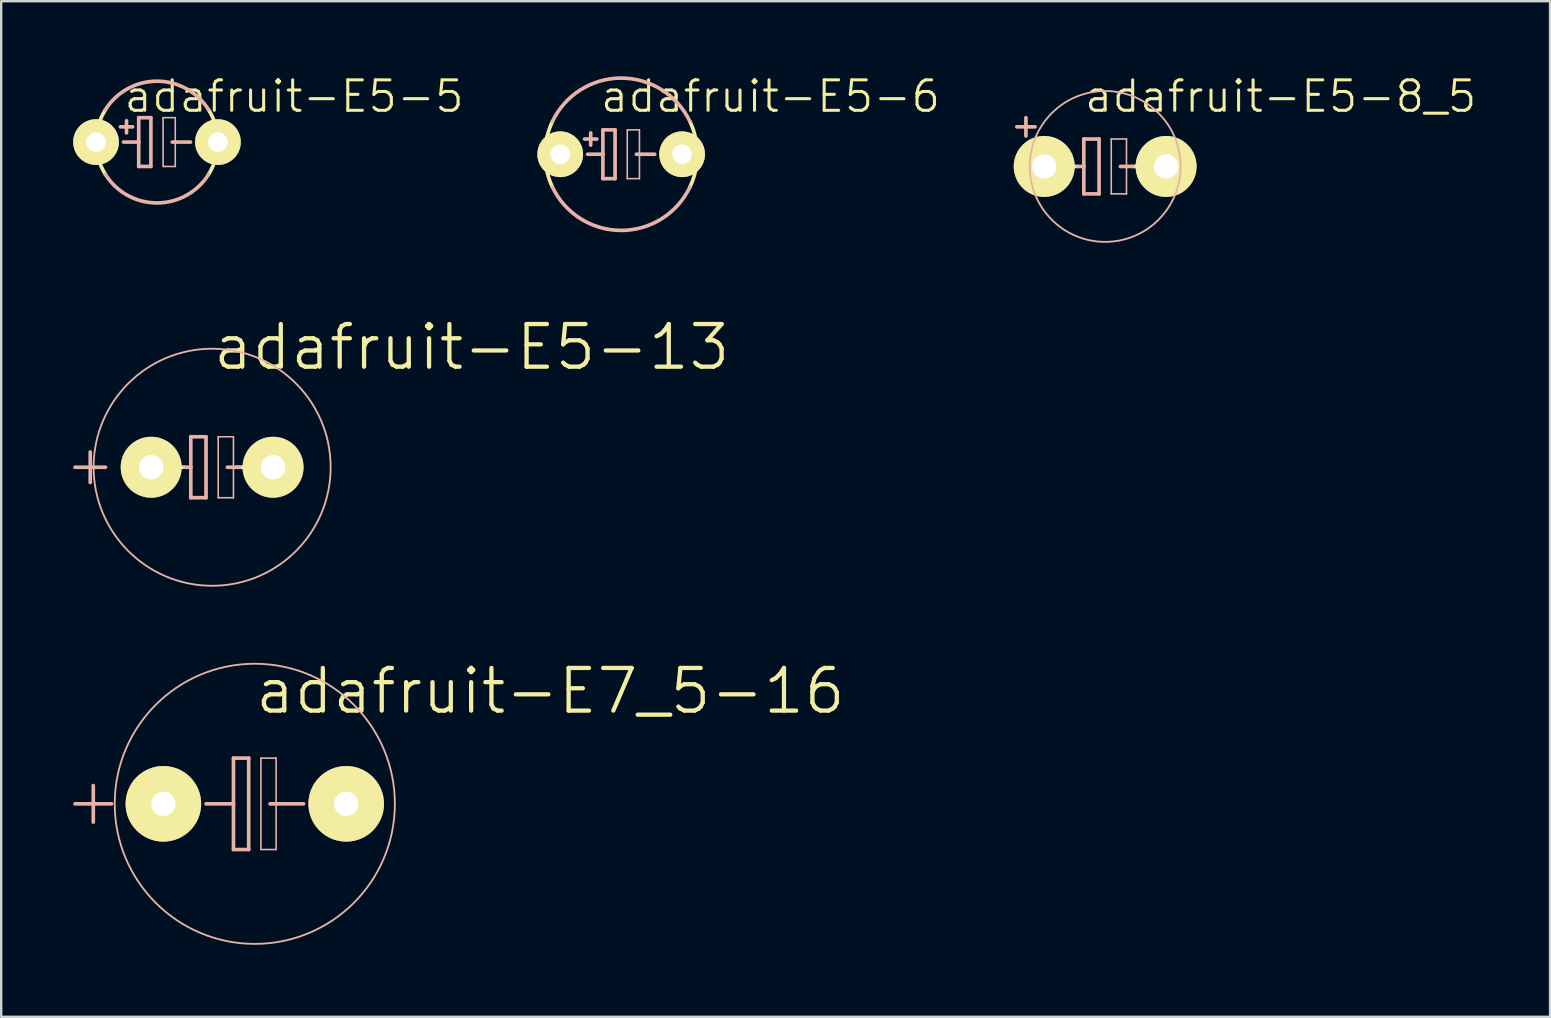
<source format=kicad_pcb>
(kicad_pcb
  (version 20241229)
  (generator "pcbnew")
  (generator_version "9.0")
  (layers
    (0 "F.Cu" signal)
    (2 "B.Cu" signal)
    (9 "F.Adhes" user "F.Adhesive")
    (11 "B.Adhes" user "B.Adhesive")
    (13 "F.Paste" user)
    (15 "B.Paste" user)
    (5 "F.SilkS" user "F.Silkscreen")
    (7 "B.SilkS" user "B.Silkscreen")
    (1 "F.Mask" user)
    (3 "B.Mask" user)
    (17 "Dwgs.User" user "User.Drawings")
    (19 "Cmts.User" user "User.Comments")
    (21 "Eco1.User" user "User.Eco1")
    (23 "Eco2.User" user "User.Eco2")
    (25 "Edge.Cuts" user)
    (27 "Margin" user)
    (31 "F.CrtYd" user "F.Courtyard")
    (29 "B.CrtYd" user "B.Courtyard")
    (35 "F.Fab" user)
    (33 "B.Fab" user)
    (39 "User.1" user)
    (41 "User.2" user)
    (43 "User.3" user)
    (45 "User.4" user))
  (footprint "adafruit-E5-8_5"
    (layer "F.Cu")
    (at 43.011 3.887)
    (property "Reference" "adafruit-E5-8_5" (at 7.315 -2.921 0) (layer "F.SilkS") (effects (font (size 1.27 1.27) (thickness 0.127))))
    (attr exclude_from_pos_files exclude_from_bom)
    (fp_line (start -1.651 0) (end -1.143 0) (stroke (width 0.152) (type solid)) (layer "F.SilkS"))
    (fp_line (start 1.143 0) (end 1.651 0) (stroke (width 0.152) (type solid)) (layer "F.SilkS"))
    (fp_line (start -3.683 -1.651) (end -2.921 -1.651) (stroke (width 0.152) (type solid)) (layer "B.SilkS"))
    (fp_line (start -3.302 -2.032) (end -3.302 -1.27) (stroke (width 0.152) (type solid)) (layer "B.SilkS"))
    (fp_line (start -1.143 0) (end -0.889 0) (stroke (width 0.152) (type solid)) (layer "B.SilkS"))
    (fp_line (start -0.889 -1.143) (end -0.889 0) (stroke (width 0.152) (type solid)) (layer "B.SilkS"))
    (fp_line (start -0.889 0) (end -0.889 1.143) (stroke (width 0.152) (type solid)) (layer "B.SilkS"))
    (fp_line (start -0.889 1.143) (end -0.254 1.143) (stroke (width 0.152) (type solid)) (layer "B.SilkS"))
    (fp_line (start -0.254 -1.143) (end -0.889 -1.143) (stroke (width 0.152) (type solid)) (layer "B.SilkS"))
    (fp_line (start -0.254 1.143) (end -0.254 -1.143) (stroke (width 0.152) (type solid)) (layer "B.SilkS"))
    (fp_line (start 0.254 -1.143) (end 0.889 -1.143) (stroke (width 0.066) (type solid)) (layer "B.SilkS"))
    (fp_line (start 0.254 1.143) (end 0.254 -1.143) (stroke (width 0.066) (type solid)) (layer "B.SilkS"))
    (fp_line (start 0.254 1.143) (end 0.889 1.143) (stroke (width 0.066) (type solid)) (layer "B.SilkS"))
    (fp_line (start 0.635 0) (end 1.143 0) (stroke (width 0.152) (type solid)) (layer "B.SilkS"))
    (fp_line (start 0.889 1.143) (end 0.889 -1.143) (stroke (width 0.066) (type solid)) (layer "B.SilkS"))
    (fp_circle (center 0 0) (end -2.223 2.223) (stroke (width 0.076) (type solid)) (fill no) (layer "B.SilkS"))
    (pad "+" thru_hole circle (at -2.54 0) (size 2.54 2.54) (drill 1.016) (layers "*.Cu" "F.Mask" "F.SilkS" "F.Paste"))
    (pad "-" thru_hole circle (at 2.54 0) (size 2.54 2.54) (drill 1.016) (layers "*.Cu" "F.Mask" "F.SilkS" "F.Paste")))
  (footprint "adafruit-E5-6"
    (layer "F.Cu")
    (at 22.839 3.379)
    (property "Reference" "adafruit-E5-6" (at 6.223 -2.413 0) (layer "F.SilkS") (effects (font (size 1.27 1.27) (thickness 0.127))))
    (attr exclude_from_pos_files exclude_from_bom)
    (fp_arc (start -2.8702 1.35636) (mid -3.174549 -0.000341) (end -2.869908 -1.356977) (stroke (width 0.1524) (type solid)) (layer "F.SilkS"))
    (fp_arc (start 2.8702 -1.35636) (mid 3.174549 0.000341) (end 2.869908 1.356977) (stroke (width 0.1524) (type solid)) (layer "F.SilkS"))
    (fp_line (start -1.524 -0.635) (end -1.016 -0.635) (stroke (width 0.152) (type solid)) (layer "B.SilkS"))
    (fp_line (start -1.397 0) (end -0.762 0) (stroke (width 0.152) (type solid)) (layer "B.SilkS"))
    (fp_line (start -1.27 -0.381) (end -1.27 -0.889) (stroke (width 0.152) (type solid)) (layer "B.SilkS"))
    (fp_line (start -0.762 -1.016) (end -0.762 0) (stroke (width 0.152) (type solid)) (layer "B.SilkS"))
    (fp_line (start -0.762 0) (end -0.762 1.016) (stroke (width 0.152) (type solid)) (layer "B.SilkS"))
    (fp_line (start -0.762 1.016) (end -0.254 1.016) (stroke (width 0.152) (type solid)) (layer "B.SilkS"))
    (fp_line (start -0.254 -1.016) (end -0.762 -1.016) (stroke (width 0.152) (type solid)) (layer "B.SilkS"))
    (fp_line (start -0.254 1.016) (end -0.254 -1.016) (stroke (width 0.152) (type solid)) (layer "B.SilkS"))
    (fp_line (start 0.254 -1.016) (end 0.762 -1.016) (stroke (width 0.066) (type solid)) (layer "B.SilkS"))
    (fp_line (start 0.254 1.016) (end 0.254 -1.016) (stroke (width 0.066) (type solid)) (layer "B.SilkS"))
    (fp_line (start 0.254 1.016) (end 0.762 1.016) (stroke (width 0.066) (type solid)) (layer "B.SilkS"))
    (fp_line (start 0.635 0) (end 1.397 0) (stroke (width 0.152) (type solid)) (layer "B.SilkS"))
    (fp_line (start 0.762 1.016) (end 0.762 -1.016) (stroke (width 0.066) (type solid)) (layer "B.SilkS"))
    (fp_arc (start -2.8702 -1.35636) (mid -0.003112 -3.174547) (end 2.867536 -1.361984) (stroke (width 0.1524) (type solid)) (layer "B.SilkS"))
    (fp_arc (start 2.8702 1.35636) (mid 0.003112 3.174547) (end -2.867536 1.361984) (stroke (width 0.1524) (type solid)) (layer "B.SilkS"))
    (pad "+" thru_hole circle (at -2.54 0) (size 1.905 1.905) (drill 0.813) (layers "*.Cu" "F.Mask" "F.SilkS" "F.Paste"))
    (pad "-" thru_hole circle (at 2.54 0) (size 1.905 1.905) (drill 0.813) (layers "*.Cu" "F.Mask" "F.SilkS" "F.Paste")))
  (footprint "adafruit-E5-13"
    (layer "F.Cu")
    (at 5.791 16.424)
    (property "Reference" "adafruit-E5-13" (at 10.82 -5.004 0) (layer "F.SilkS") (effects (font (size 1.778 1.778) (thickness 0.178))))
    (attr exclude_from_pos_files exclude_from_bom)
    (fp_line (start -1.651 0) (end -1.143 0) (stroke (width 0.152) (type solid)) (layer "F.SilkS"))
    (fp_line (start 1.016 0) (end 1.524 0) (stroke (width 0.152) (type solid)) (layer "F.SilkS"))
    (fp_line (start -5.715 0) (end -4.445 0) (stroke (width 0.152) (type solid)) (layer "B.SilkS"))
    (fp_line (start -5.08 0.635) (end -5.08 -0.635) (stroke (width 0.152) (type solid)) (layer "B.SilkS"))
    (fp_line (start -1.143 0) (end -0.889 0) (stroke (width 0.152) (type solid)) (layer "B.SilkS"))
    (fp_line (start -0.889 -1.27) (end -0.889 0) (stroke (width 0.152) (type solid)) (layer "B.SilkS"))
    (fp_line (start -0.889 0) (end -0.889 1.27) (stroke (width 0.152) (type solid)) (layer "B.SilkS"))
    (fp_line (start -0.889 1.27) (end -0.254 1.27) (stroke (width 0.152) (type solid)) (layer "B.SilkS"))
    (fp_line (start -0.254 -1.27) (end -0.889 -1.27) (stroke (width 0.152) (type solid)) (layer "B.SilkS"))
    (fp_line (start -0.254 1.27) (end -0.254 -1.27) (stroke (width 0.152) (type solid)) (layer "B.SilkS"))
    (fp_line (start 0.254 -1.27) (end 0.889 -1.27) (stroke (width 0.066) (type solid)) (layer "B.SilkS"))
    (fp_line (start 0.254 1.27) (end 0.254 -1.27) (stroke (width 0.066) (type solid)) (layer "B.SilkS"))
    (fp_line (start 0.254 1.27) (end 0.889 1.27) (stroke (width 0.066) (type solid)) (layer "B.SilkS"))
    (fp_line (start 0.635 0) (end 1.143 0) (stroke (width 0.152) (type solid)) (layer "B.SilkS"))
    (fp_line (start 0.889 1.27) (end 0.889 -1.27) (stroke (width 0.066) (type solid)) (layer "B.SilkS"))
    (fp_circle (center 0 0) (end -3.493 3.493) (stroke (width 0.076) (type solid)) (fill no) (layer "B.SilkS"))
    (pad "+" thru_hole circle (at -2.54 0) (size 2.54 2.54) (drill 1.016) (layers "*.Cu" "F.Mask" "F.SilkS" "F.Paste"))
    (pad "-" thru_hole circle (at 2.54 0) (size 2.54 2.54) (drill 1.016) (layers "*.Cu" "F.Mask" "F.SilkS" "F.Paste")))
  (footprint "adafruit-E7_5-16"
    (layer "F.Cu")
    (at 7.569 30.452)
    (property "Reference" "adafruit-E7_5-16" (at 12.319 -4.699 0) (layer "F.SilkS") (effects (font (size 1.778 1.778) (thickness 0.178))))
    (attr exclude_from_pos_files exclude_from_bom)
    (fp_line (start -7.493 0) (end -5.969 0) (stroke (width 0.152) (type solid)) (layer "B.SilkS"))
    (fp_line (start -6.731 0.762) (end -6.731 -0.762) (stroke (width 0.152) (type solid)) (layer "B.SilkS"))
    (fp_line (start -0.889 -1.905) (end -0.889 0) (stroke (width 0.152) (type solid)) (layer "B.SilkS"))
    (fp_line (start -0.889 0) (end -2.032 0) (stroke (width 0.152) (type solid)) (layer "B.SilkS"))
    (fp_line (start -0.889 0) (end -0.889 1.905) (stroke (width 0.152) (type solid)) (layer "B.SilkS"))
    (fp_line (start -0.889 1.905) (end -0.254 1.905) (stroke (width 0.152) (type solid)) (layer "B.SilkS"))
    (fp_line (start -0.254 -1.905) (end -0.889 -1.905) (stroke (width 0.152) (type solid)) (layer "B.SilkS"))
    (fp_line (start -0.254 1.905) (end -0.254 -1.905) (stroke (width 0.152) (type solid)) (layer "B.SilkS"))
    (fp_line (start 0.254 -1.905) (end 0.889 -1.905) (stroke (width 0.066) (type solid)) (layer "B.SilkS"))
    (fp_line (start 0.254 1.905) (end 0.254 -1.905) (stroke (width 0.066) (type solid)) (layer "B.SilkS"))
    (fp_line (start 0.254 1.905) (end 0.889 1.905) (stroke (width 0.066) (type solid)) (layer "B.SilkS"))
    (fp_line (start 0.635 0) (end 2.032 0) (stroke (width 0.152) (type solid)) (layer "B.SilkS"))
    (fp_line (start 0.889 1.905) (end 0.889 -1.905) (stroke (width 0.066) (type solid)) (layer "B.SilkS"))
    (fp_circle (center 0 0) (end -4.128 4.128) (stroke (width 0.076) (type solid)) (fill no) (layer "B.SilkS"))
    (pad "+" thru_hole circle (at -3.81 0) (size 3.15 3.15) (drill 1.016) (layers "*.Cu" "F.Mask" "F.SilkS" "F.Paste"))
    (pad "-" thru_hole circle (at 3.81 0) (size 3.15 3.15) (drill 1.016) (layers "*.Cu" "F.Mask" "F.SilkS" "F.Paste")))
  (footprint "adafruit-E5-5"
    (layer "F.Cu")
    (at 3.493 2.871)
    (property "Reference" "adafruit-E5-5" (at 5.715 -1.905 0) (layer "F.SilkS") (effects (font (size 1.27 1.27) (thickness 0.127))))
    (attr exclude_from_pos_files exclude_from_bom)
    (fp_arc (start -2.15392 1.34112) (mid -2.537316 0.000359) (end -2.154299 -1.34051) (stroke (width 0.1524) (type solid)) (layer "F.SilkS"))
    (fp_arc (start 2.15392 -1.34112) (mid 2.537316 -0.000359) (end 2.154299 1.34051) (stroke (width 0.1524) (type solid)) (layer "F.SilkS"))
    (fp_line (start -1.524 -0.635) (end -1.016 -0.635) (stroke (width 0.152) (type solid)) (layer "B.SilkS"))
    (fp_line (start -1.397 0) (end -0.762 0) (stroke (width 0.152) (type solid)) (layer "B.SilkS"))
    (fp_line (start -1.27 -0.381) (end -1.27 -0.889) (stroke (width 0.152) (type solid)) (layer "B.SilkS"))
    (fp_line (start -0.762 -1.016) (end -0.762 0) (stroke (width 0.152) (type solid)) (layer "B.SilkS"))
    (fp_line (start -0.762 0) (end -0.762 1.016) (stroke (width 0.152) (type solid)) (layer "B.SilkS"))
    (fp_line (start -0.762 1.016) (end -0.254 1.016) (stroke (width 0.152) (type solid)) (layer "B.SilkS"))
    (fp_line (start -0.254 -1.016) (end -0.762 -1.016) (stroke (width 0.152) (type solid)) (layer "B.SilkS"))
    (fp_line (start -0.254 1.016) (end -0.254 -1.016) (stroke (width 0.152) (type solid)) (layer "B.SilkS"))
    (fp_line (start 0.254 -1.016) (end 0.762 -1.016) (stroke (width 0.066) (type solid)) (layer "B.SilkS"))
    (fp_line (start 0.254 1.016) (end 0.254 -1.016) (stroke (width 0.066) (type solid)) (layer "B.SilkS"))
    (fp_line (start 0.254 1.016) (end 0.762 1.016) (stroke (width 0.066) (type solid)) (layer "B.SilkS"))
    (fp_line (start 0.635 0) (end 1.397 0) (stroke (width 0.152) (type solid)) (layer "B.SilkS"))
    (fp_line (start 0.762 1.016) (end 0.762 -1.016) (stroke (width 0.066) (type solid)) (layer "B.SilkS"))
    (fp_arc (start -2.15392 -1.34112) (mid -0.001855 -2.537316) (end 2.151957 -1.344268) (stroke (width 0.1524) (type solid)) (layer "B.SilkS"))
    (fp_arc (start 2.15392 1.34112) (mid 0.001855 2.537316) (end -2.151957 1.344268) (stroke (width 0.1524) (type solid)) (layer "B.SilkS"))
    (pad "+" thru_hole circle (at -2.54 0) (size 1.905 1.905) (drill 0.813) (layers "*.Cu" "F.Mask" "F.SilkS" "F.Paste"))
    (pad "-" thru_hole circle (at 2.54 0) (size 1.905 1.905) (drill 0.813) (layers "*.Cu" "F.Mask" "F.SilkS" "F.Paste")))
  (gr_rect
    (start -3 -3)
    (end 61.554 39.328)
    (stroke (width 0.1) (type default))
    (fill no)
    (layer "Edge.Cuts")))
</source>
